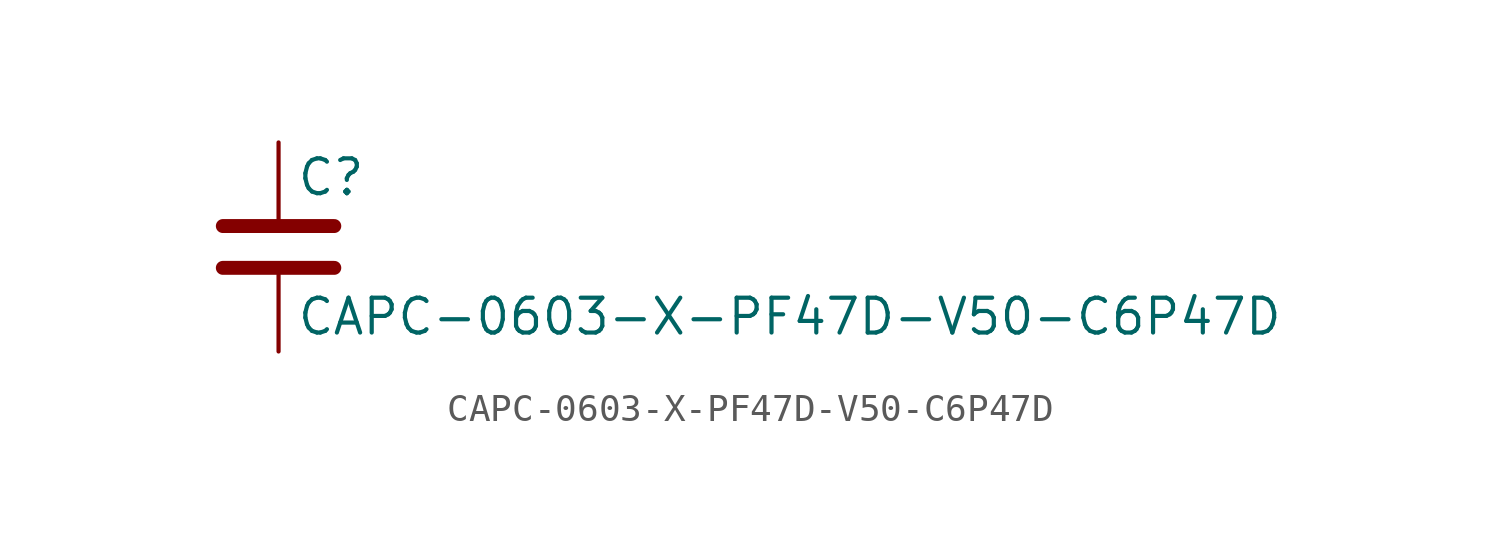
<source format=kicad_sym>
(kicad_symbol_lib
  (version 20211014)
  (generator kicad_symbol_editor)
  (symbol "CAPC-0603-X-PF47D-V50-C6P47D"
    (pin_numbers hide)
    (pin_names
      (offset 0.254))
    (property "Reference" "C"
      (at 0.635 2.54 0)
      (effects (font (size 1.27 1.27)) (justify left)))
    (property "Value" "CAPC-0603-X-PF47D-V50-C6P47D"
      (at 0.635 -2.54 0)
      (effects (font (size 1.27 1.27)) (justify left)))
    (symbol "CAPC-0603-X-PF47D-V50-C6P47D_0_1"
      (polyline (pts (xy -2.032 -0.762) (xy 2.032 -0.762)) (stroke (width 0.508) (type default) (color 0 0 0 0)) (fill (type none)))
      (polyline (pts (xy -2.032 0.762) (xy 2.032 0.762)) (stroke (width 0.508) (type default) (color 0 0 0 0)) (fill (type none))))
    (symbol "CAPC-0603-X-PF47D-V50-C6P47D_1_1"
      (pin passive line (at 0 3.81 270) (length 2.794) (name "~" (effects (font (size 1.27 1.27)))) (number "1" (effects (font (size 1.27 1.27)))))
      (pin passive line (at 0 -3.81 90) (length 2.794) (name "~" (effects (font (size 1.27 1.27)))) (number "2" (effects (font (size 1.27 1.27))))))))
</source>
